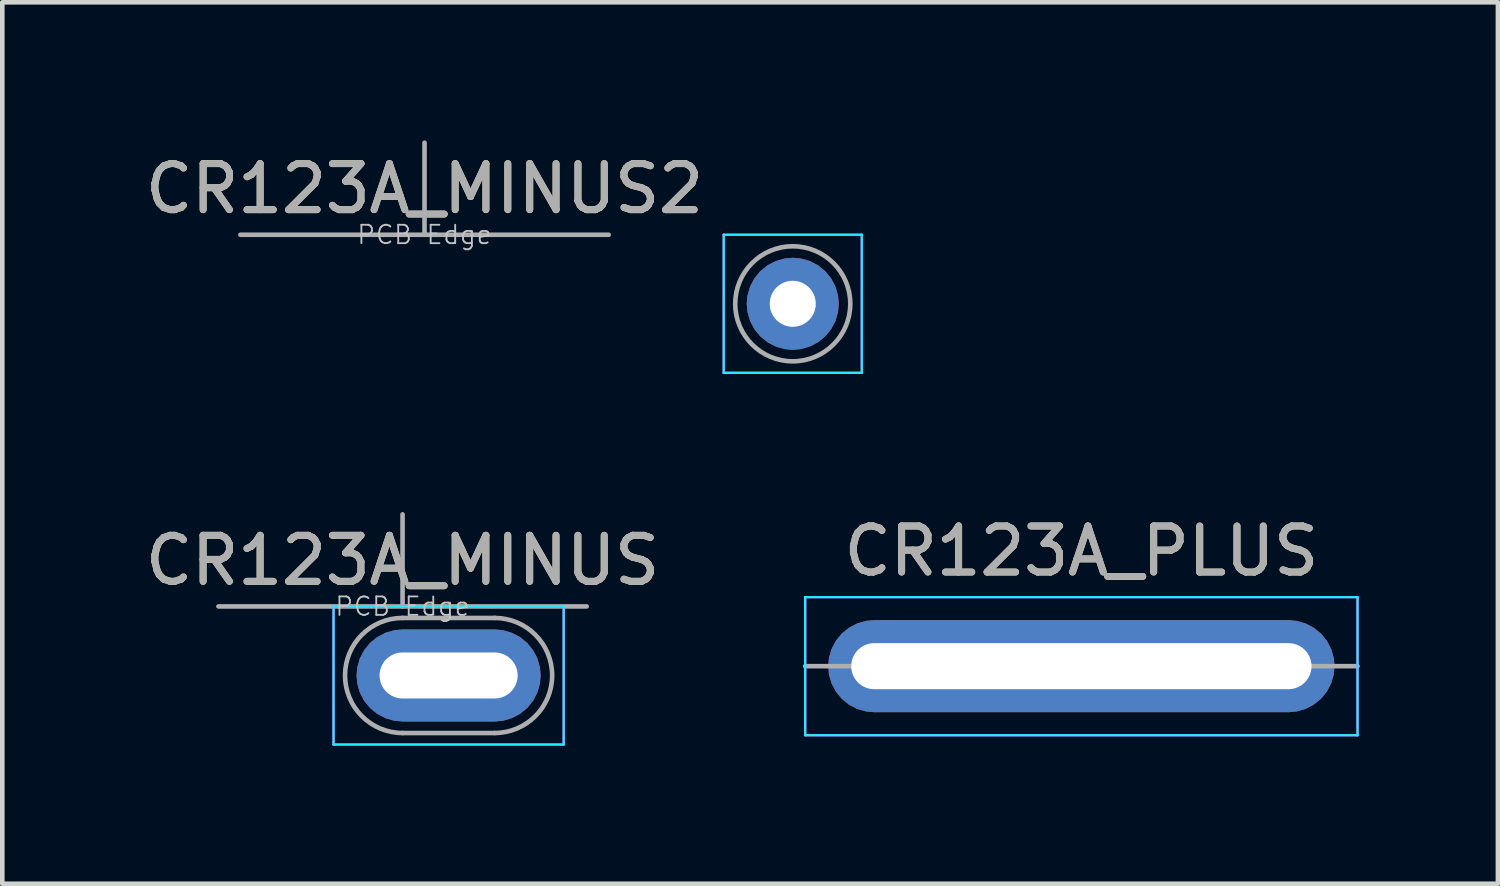
<source format=kicad_pcb>
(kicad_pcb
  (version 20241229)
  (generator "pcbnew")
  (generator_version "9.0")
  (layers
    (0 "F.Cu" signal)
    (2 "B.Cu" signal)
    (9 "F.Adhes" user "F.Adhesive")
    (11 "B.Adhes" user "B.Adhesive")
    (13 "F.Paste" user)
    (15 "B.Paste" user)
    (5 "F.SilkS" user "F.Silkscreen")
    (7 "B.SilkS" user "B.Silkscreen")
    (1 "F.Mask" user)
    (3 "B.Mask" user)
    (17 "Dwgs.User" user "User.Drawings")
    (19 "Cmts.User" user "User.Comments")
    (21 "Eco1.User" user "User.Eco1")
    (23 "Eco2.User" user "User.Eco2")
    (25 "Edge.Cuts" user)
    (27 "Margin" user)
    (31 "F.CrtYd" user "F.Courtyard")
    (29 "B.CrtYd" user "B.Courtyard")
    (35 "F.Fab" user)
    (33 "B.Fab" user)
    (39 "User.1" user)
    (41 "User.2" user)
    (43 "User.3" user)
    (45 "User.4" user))
  (footprint "CR123A_MINUS2"
    (layer "F.Cu")
    (at 6.173 3.55)
    (property "Reference" "CR123A_MINUS2" (at 0 -2.5 0) (layer "F.SilkS") (effects (font (size 1 1) (thickness 0.15))))
    (attr through_hole)
    (fp_line (start 6.5 -1.5) (end 9.5 -1.5) (stroke (width 0.05) (type solid)) (layer "B.CrtYd"))
    (fp_line (start 6.5 1.5) (end 6.5 -1.5) (stroke (width 0.05) (type solid)) (layer "B.CrtYd"))
    (fp_line (start 9.5 -1.5) (end 9.5 1.5) (stroke (width 0.05) (type solid)) (layer "B.CrtYd"))
    (fp_line (start 9.5 1.5) (end 6.5 1.5) (stroke (width 0.05) (type solid)) (layer "B.CrtYd"))
    (fp_line (start 6.5 -1.5) (end 9.5 -1.5) (stroke (width 0.05) (type solid)) (layer "F.CrtYd"))
    (fp_line (start 6.5 1.5) (end 6.5 -1.5) (stroke (width 0.05) (type solid)) (layer "F.CrtYd"))
    (fp_line (start 9.5 -1.5) (end 9.5 1.5) (stroke (width 0.05) (type solid)) (layer "F.CrtYd"))
    (fp_line (start 9.5 1.5) (end 6.5 1.5) (stroke (width 0.05) (type solid)) (layer "F.CrtYd"))
    (fp_line (start -4 -1.5) (end 4 -1.5) (stroke (width 0.1) (type solid)) (layer "F.Fab"))
    (fp_line (start 0 -3.5) (end 0 -1.5) (stroke (width 0.1) (type solid)) (layer "F.Fab"))
    (fp_circle (center 8 0) (end 9.25 0) (stroke (width 0.1) (type solid)) (fill no) (layer "F.Fab"))
    (fp_text user "PCB Edge" (at 0 -1.5 0) (layer "Dwgs.User") (effects (font (size 0.4 0.4) (thickness 0.04))))
    (fp_text user "${REFERENCE}" (at 0 -2.5 0) (layer "F.Fab") (effects (font (size 1 1) (thickness 0.15))))
    (pad "1" thru_hole roundrect (at 8 0) (size 2 2) (drill 1) (layers "*.Cu" "*.Mask") (roundrect_rratio 0.5)))
  (footprint "CR123A_PLUS"
    (layer "F.Cu")
    (at 20.443 11.423)
    (property "Reference" "CR123A_PLUS" (at 0 -2.5 0) (layer "F.SilkS") (effects (font (size 1 1) (thickness 0.15))))
    (attr through_hole)
    (fp_line (start -6 -1.5) (end 6 -1.5) (stroke (width 0.05) (type solid)) (layer "B.CrtYd"))
    (fp_line (start -6 1.5) (end -6 -1.5) (stroke (width 0.05) (type solid)) (layer "B.CrtYd"))
    (fp_line (start 6 -1.5) (end 6 1.5) (stroke (width 0.05) (type solid)) (layer "B.CrtYd"))
    (fp_line (start 6 1.5) (end -6 1.5) (stroke (width 0.05) (type solid)) (layer "B.CrtYd"))
    (fp_line (start -6 -1.5) (end 6 -1.5) (stroke (width 0.05) (type solid)) (layer "F.CrtYd"))
    (fp_line (start -6 1.5) (end -6 -1.5) (stroke (width 0.05) (type solid)) (layer "F.CrtYd"))
    (fp_line (start 6 -1.5) (end 6 1.5) (stroke (width 0.05) (type solid)) (layer "F.CrtYd"))
    (fp_line (start 6 1.5) (end -6 1.5) (stroke (width 0.05) (type solid)) (layer "F.CrtYd"))
    (fp_line (start -6 0) (end 6 0) (stroke (width 0.1) (type solid)) (layer "F.Fab"))
    (fp_text user "PCB Edge" (at 0 0 0) (layer "Dwgs.User") (effects (font (size 0.4 0.4) (thickness 0.04))))
    (fp_text user "${REFERENCE}" (at 0 -2.5 0) (layer "F.Fab") (effects (font (size 1 1) (thickness 0.15))))
    (pad "1" thru_hole roundrect (at 0 0) (size 11 2) (drill oval 10 1) (layers "*.Cu" "*.Mask") (roundrect_rratio 0.5)))
  (footprint "CR123A_MINUS"
    (layer "F.Cu")
    (at 5.696 11.625)
    (property "Reference" "CR123A_MINUS" (at 0 -2.5 0) (layer "F.SilkS") (effects (font (size 1 1) (thickness 0.15))))
    (attr through_hole)
    (fp_line (start -1.5 -1.5) (end 3.5 -1.5) (stroke (width 0.05) (type solid)) (layer "B.CrtYd"))
    (fp_line (start -1.5 1.5) (end -1.5 -1.5) (stroke (width 0.05) (type solid)) (layer "B.CrtYd"))
    (fp_line (start 3.5 -1.5) (end 3.5 1.5) (stroke (width 0.05) (type solid)) (layer "B.CrtYd"))
    (fp_line (start 3.5 1.5) (end -1.5 1.5) (stroke (width 0.05) (type solid)) (layer "B.CrtYd"))
    (fp_line (start -1.5 -1.5) (end 3.5 -1.5) (stroke (width 0.05) (type solid)) (layer "F.CrtYd"))
    (fp_line (start -1.5 1.5) (end -1.5 -1.5) (stroke (width 0.05) (type solid)) (layer "F.CrtYd"))
    (fp_line (start 3.5 -1.5) (end 3.5 1.5) (stroke (width 0.05) (type solid)) (layer "F.CrtYd"))
    (fp_line (start 3.5 1.5) (end -1.5 1.5) (stroke (width 0.05) (type solid)) (layer "F.CrtYd"))
    (fp_line (start -4 -1.5) (end 4 -1.5) (stroke (width 0.1) (type solid)) (layer "F.Fab"))
    (fp_line (start 0 -3.5) (end 0 -1.5) (stroke (width 0.1) (type solid)) (layer "F.Fab"))
    (fp_line (start 0 -1.25) (end 2 -1.25) (stroke (width 0.1) (type solid)) (layer "F.Fab"))
    (fp_line (start 0 1.25) (end 2 1.25) (stroke (width 0.1) (type solid)) (layer "F.Fab"))
    (fp_arc (start 0 1.25) (mid -1.25 0) (end 0 -1.25) (stroke (width 0.1) (type solid)) (layer "F.Fab"))
    (fp_arc (start 2 -1.25) (mid 3.25 0) (end 2 1.25) (stroke (width 0.1) (type solid)) (layer "F.Fab"))
    (fp_text user "PCB Edge" (at 0 -1.5 0) (layer "Dwgs.User") (effects (font (size 0.4 0.4) (thickness 0.04))))
    (fp_text user "${REFERENCE}" (at 0 -2.5 0) (layer "F.Fab") (effects (font (size 1 1) (thickness 0.15))))
    (pad "1" thru_hole roundrect (at 1 0) (size 4 2) (drill oval 3 1) (layers "*.Cu" "*.Mask") (roundrect_rratio 0.5)))
  (gr_rect
    (start -3 -3)
    (end 29.493 16.15)
    (stroke (width 0.1) (type default))
    (fill no)
    (layer "Edge.Cuts")))
</source>
